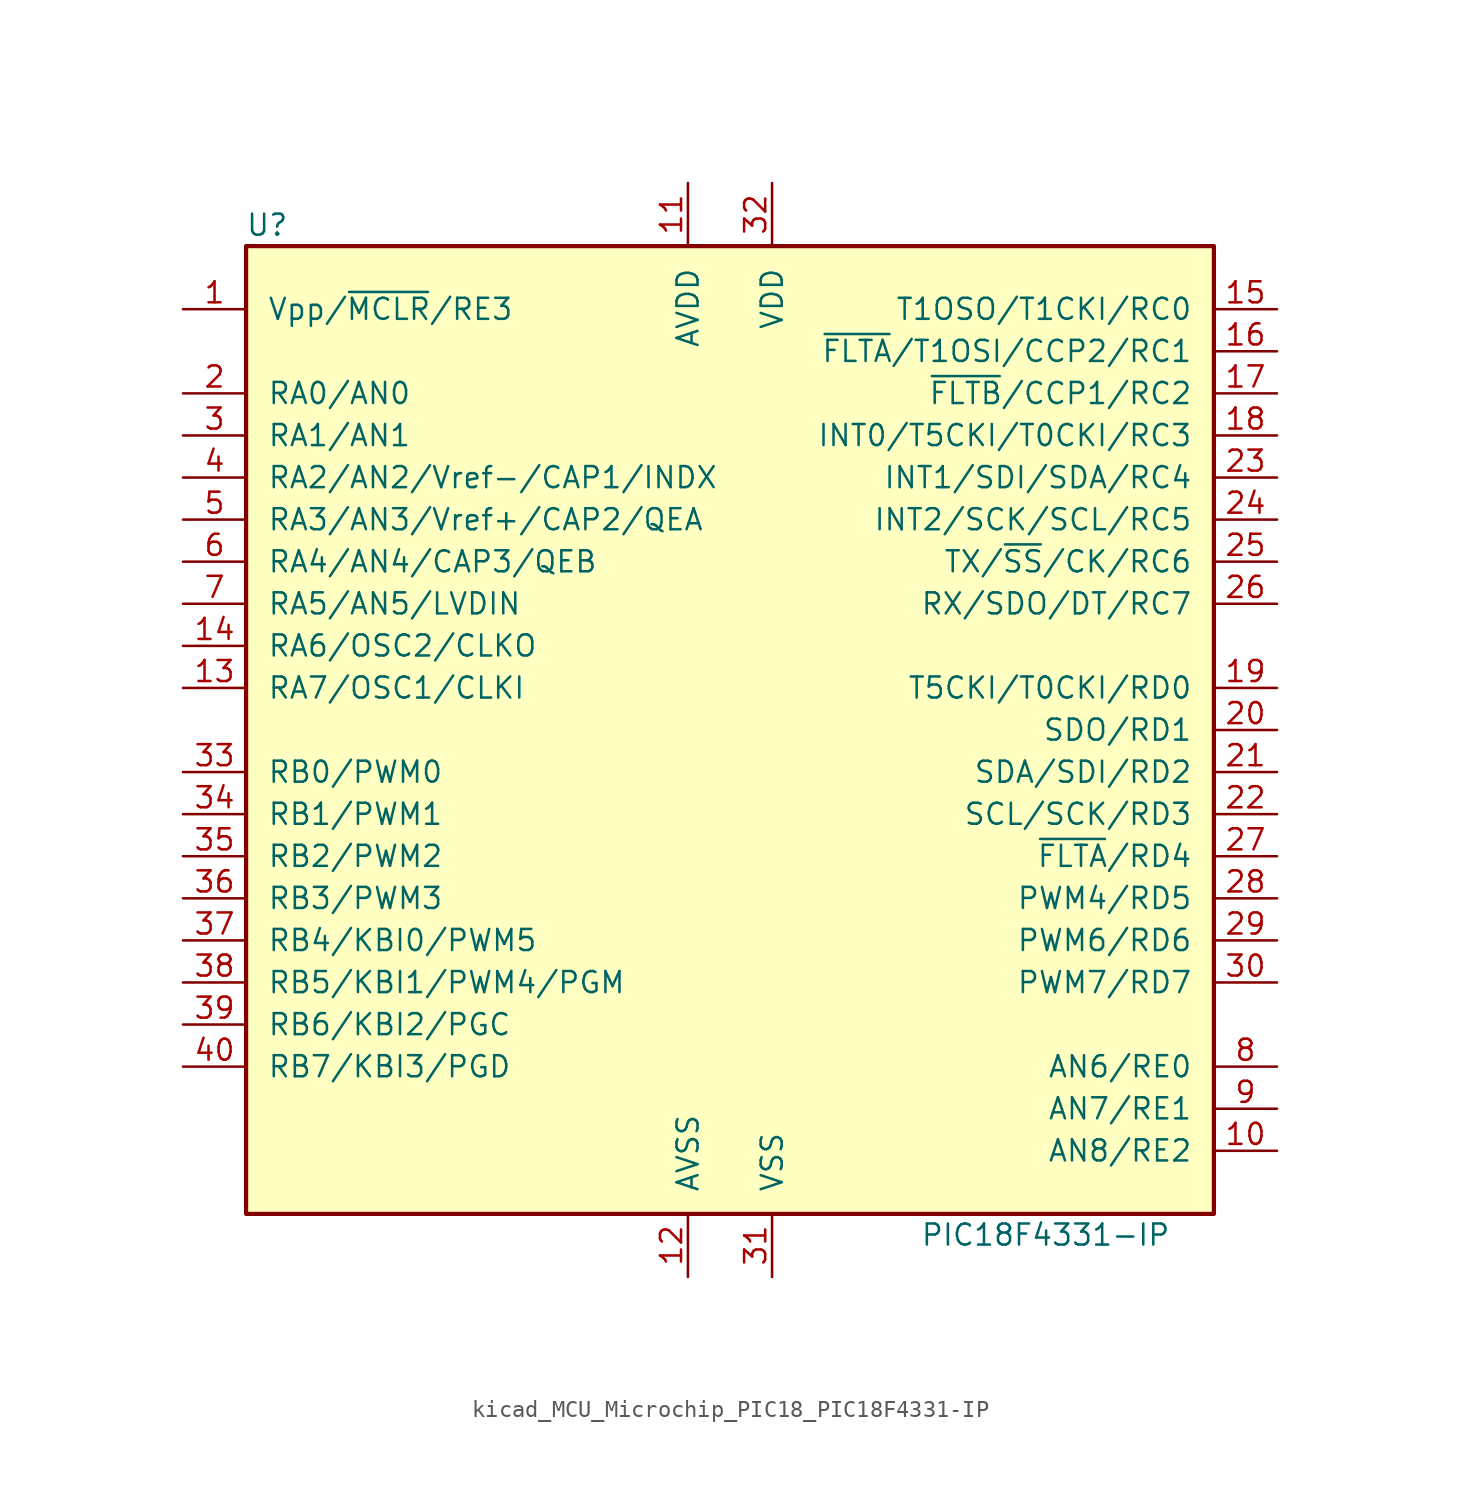
<source format=kicad_sym>
(kicad_symbol_lib
  (version 20220914)
  (generator kicad_symbol_editor)
  (symbol "kicad_MCU_Microchip_PIC18_PIC18F4331-IP"
    (pin_names
      (offset 1.27))
    (property "Reference" "U"
      (at -27.94 30.48 0)
      (effects (font (size 1.27 1.27))))
    (property "Value" "PIC18F4331-IP"
      (at 19.05 -30.48 0)
      (effects (font (size 1.27 1.27))))
    (symbol "kicad_MCU_Microchip_PIC18_PIC18F4331-IP_0_1"
      (rectangle (start -29.21 29.21) (end 29.21 -29.21) (stroke (width 0.254) (type default)) (fill (type background))))
    (symbol "kicad_MCU_Microchip_PIC18_PIC18F4331-IP_1_1"
      (pin input line (at -33.02 25.4 0) (length 3.81) (name "Vpp/~{MCLR}/RE3" (effects (font (size 1.27 1.27)))) (number "1" (effects (font (size 1.27 1.27)))))
      (pin bidirectional line (at 33.02 -25.4 180) (length 3.81) (name "AN8/RE2" (effects (font (size 1.27 1.27)))) (number "10" (effects (font (size 1.27 1.27)))))
      (pin power_in line (at -2.54 33.02 270) (length 3.81) (name "AVDD" (effects (font (size 1.27 1.27)))) (number "11" (effects (font (size 1.27 1.27)))))
      (pin power_in line (at -2.54 -33.02 90) (length 3.81) (name "AVSS" (effects (font (size 1.27 1.27)))) (number "12" (effects (font (size 1.27 1.27)))))
      (pin bidirectional line (at -33.02 2.54 0) (length 3.81) (name "RA7/OSC1/CLKI" (effects (font (size 1.27 1.27)))) (number "13" (effects (font (size 1.27 1.27)))))
      (pin bidirectional line (at -33.02 5.08 0) (length 3.81) (name "RA6/OSC2/CLKO" (effects (font (size 1.27 1.27)))) (number "14" (effects (font (size 1.27 1.27)))))
      (pin bidirectional line (at 33.02 25.4 180) (length 3.81) (name "T1OSO/T1CKI/RC0" (effects (font (size 1.27 1.27)))) (number "15" (effects (font (size 1.27 1.27)))))
      (pin bidirectional line (at 33.02 22.86 180) (length 3.81) (name "~{FLTA}/T1OSI/CCP2/RC1" (effects (font (size 1.27 1.27)))) (number "16" (effects (font (size 1.27 1.27)))))
      (pin bidirectional line (at 33.02 20.32 180) (length 3.81) (name "~{FLTB}/CCP1/RC2" (effects (font (size 1.27 1.27)))) (number "17" (effects (font (size 1.27 1.27)))))
      (pin bidirectional line (at 33.02 17.78 180) (length 3.81) (name "INT0/T5CKI/T0CKI/RC3" (effects (font (size 1.27 1.27)))) (number "18" (effects (font (size 1.27 1.27)))))
      (pin bidirectional line (at 33.02 2.54 180) (length 3.81) (name "T5CKI/T0CKI/RD0" (effects (font (size 1.27 1.27)))) (number "19" (effects (font (size 1.27 1.27)))))
      (pin bidirectional line (at -33.02 20.32 0) (length 3.81) (name "RA0/AN0" (effects (font (size 1.27 1.27)))) (number "2" (effects (font (size 1.27 1.27)))))
      (pin bidirectional line (at 33.02 0 180) (length 3.81) (name "SDO/RD1" (effects (font (size 1.27 1.27)))) (number "20" (effects (font (size 1.27 1.27)))))
      (pin bidirectional line (at 33.02 -2.54 180) (length 3.81) (name "SDA/SDI/RD2" (effects (font (size 1.27 1.27)))) (number "21" (effects (font (size 1.27 1.27)))))
      (pin bidirectional line (at 33.02 -5.08 180) (length 3.81) (name "SCL/SCK/RD3" (effects (font (size 1.27 1.27)))) (number "22" (effects (font (size 1.27 1.27)))))
      (pin bidirectional line (at 33.02 15.24 180) (length 3.81) (name "INT1/SDI/SDA/RC4" (effects (font (size 1.27 1.27)))) (number "23" (effects (font (size 1.27 1.27)))))
      (pin bidirectional line (at 33.02 12.7 180) (length 3.81) (name "INT2/SCK/SCL/RC5" (effects (font (size 1.27 1.27)))) (number "24" (effects (font (size 1.27 1.27)))))
      (pin bidirectional line (at 33.02 10.16 180) (length 3.81) (name "TX/~{SS}/CK/RC6" (effects (font (size 1.27 1.27)))) (number "25" (effects (font (size 1.27 1.27)))))
      (pin bidirectional line (at 33.02 7.62 180) (length 3.81) (name "RX/SDO/DT/RC7" (effects (font (size 1.27 1.27)))) (number "26" (effects (font (size 1.27 1.27)))))
      (pin bidirectional line (at 33.02 -7.62 180) (length 3.81) (name "~{FLTA}/RD4" (effects (font (size 1.27 1.27)))) (number "27" (effects (font (size 1.27 1.27)))))
      (pin bidirectional line (at 33.02 -10.16 180) (length 3.81) (name "PWM4/RD5" (effects (font (size 1.27 1.27)))) (number "28" (effects (font (size 1.27 1.27)))))
      (pin bidirectional line (at 33.02 -12.7 180) (length 3.81) (name "PWM6/RD6" (effects (font (size 1.27 1.27)))) (number "29" (effects (font (size 1.27 1.27)))))
      (pin bidirectional line (at -33.02 17.78 0) (length 3.81) (name "RA1/AN1" (effects (font (size 1.27 1.27)))) (number "3" (effects (font (size 1.27 1.27)))))
      (pin bidirectional line (at 33.02 -15.24 180) (length 3.81) (name "PWM7/RD7" (effects (font (size 1.27 1.27)))) (number "30" (effects (font (size 1.27 1.27)))))
      (pin power_in line (at 2.54 -33.02 90) (length 3.81) (name "VSS" (effects (font (size 1.27 1.27)))) (number "31" (effects (font (size 1.27 1.27)))))
      (pin power_in line (at 2.54 33.02 270) (length 3.81) (name "VDD" (effects (font (size 1.27 1.27)))) (number "32" (effects (font (size 1.27 1.27)))))
      (pin bidirectional line (at -33.02 -2.54 0) (length 3.81) (name "RB0/PWM0" (effects (font (size 1.27 1.27)))) (number "33" (effects (font (size 1.27 1.27)))))
      (pin bidirectional line (at -33.02 -5.08 0) (length 3.81) (name "RB1/PWM1" (effects (font (size 1.27 1.27)))) (number "34" (effects (font (size 1.27 1.27)))))
      (pin bidirectional line (at -33.02 -7.62 0) (length 3.81) (name "RB2/PWM2" (effects (font (size 1.27 1.27)))) (number "35" (effects (font (size 1.27 1.27)))))
      (pin bidirectional line (at -33.02 -10.16 0) (length 3.81) (name "RB3/PWM3" (effects (font (size 1.27 1.27)))) (number "36" (effects (font (size 1.27 1.27)))))
      (pin bidirectional line (at -33.02 -12.7 0) (length 3.81) (name "RB4/KBI0/PWM5" (effects (font (size 1.27 1.27)))) (number "37" (effects (font (size 1.27 1.27)))))
      (pin bidirectional line (at -33.02 -15.24 0) (length 3.81) (name "RB5/KBI1/PWM4/PGM" (effects (font (size 1.27 1.27)))) (number "38" (effects (font (size 1.27 1.27)))))
      (pin bidirectional line (at -33.02 -17.78 0) (length 3.81) (name "RB6/KBI2/PGC" (effects (font (size 1.27 1.27)))) (number "39" (effects (font (size 1.27 1.27)))))
      (pin bidirectional line (at -33.02 15.24 0) (length 3.81) (name "RA2/AN2/Vref-/CAP1/INDX" (effects (font (size 1.27 1.27)))) (number "4" (effects (font (size 1.27 1.27)))))
      (pin bidirectional line (at -33.02 -20.32 0) (length 3.81) (name "RB7/KBI3/PGD" (effects (font (size 1.27 1.27)))) (number "40" (effects (font (size 1.27 1.27)))))
      (pin bidirectional line (at -33.02 12.7 0) (length 3.81) (name "RA3/AN3/Vref+/CAP2/QEA" (effects (font (size 1.27 1.27)))) (number "5" (effects (font (size 1.27 1.27)))))
      (pin bidirectional line (at -33.02 10.16 0) (length 3.81) (name "RA4/AN4/CAP3/QEB" (effects (font (size 1.27 1.27)))) (number "6" (effects (font (size 1.27 1.27)))))
      (pin bidirectional line (at -33.02 7.62 0) (length 3.81) (name "RA5/AN5/LVDIN" (effects (font (size 1.27 1.27)))) (number "7" (effects (font (size 1.27 1.27)))))
      (pin bidirectional line (at 33.02 -20.32 180) (length 3.81) (name "AN6/RE0" (effects (font (size 1.27 1.27)))) (number "8" (effects (font (size 1.27 1.27)))))
      (pin bidirectional line (at 33.02 -22.86 180) (length 3.81) (name "AN7/RE1" (effects (font (size 1.27 1.27)))) (number "9" (effects (font (size 1.27 1.27))))))))
</source>
